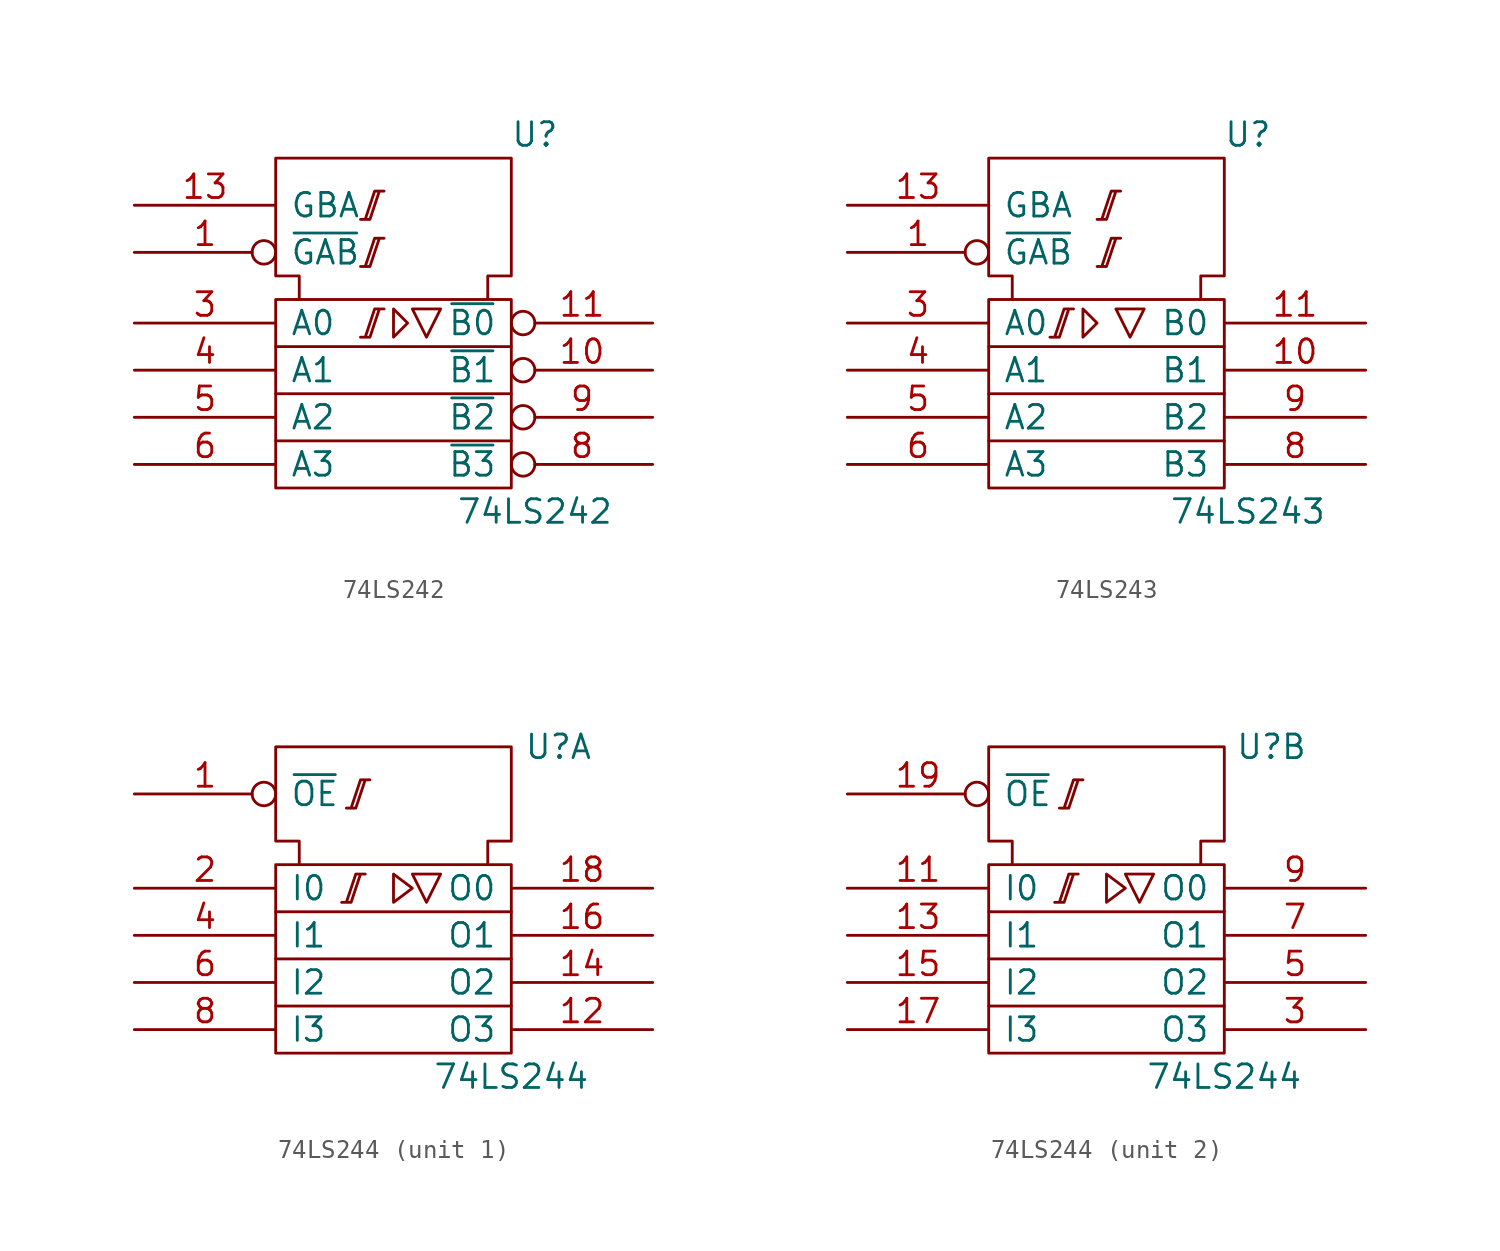
<source format=kicad_sym>
(kicad_symbol_lib
  (version 20200908)
  (generator kicad_symbol_editor)
  (symbol "74xx_IEEE:74LS242"
    (pin_names
      (offset 0.762))
    (property "Reference" "U"
      (at 7.62 12.7 0)
      (effects (font (size 1.27 1.27))))
    (property "Value" "74LS242"
      (at 7.62 -7.62 0)
      (effects (font (size 1.27 1.27))))
    (symbol "74LS242_0_1"
      (rectangle (start -6.35 3.81) (end 6.35 -6.35) (stroke (width 0)) (fill (type none)))
      (polyline (pts (xy -6.35 -3.81) (xy 6.35 -3.81) (xy 6.35 -3.81)) (stroke (width 0)) (fill (type none)))
      (polyline (pts (xy -6.35 -1.27) (xy 6.35 -1.27) (xy 6.35 -1.27)) (stroke (width 0)) (fill (type none)))
      (polyline (pts (xy -6.35 1.27) (xy 6.35 1.27) (xy 6.35 1.27)) (stroke (width 0)) (fill (type none)))
      (polyline (pts (xy 0 3.302) (xy 0 1.778) (xy 0.762 2.54) (xy 0 3.302) (xy 0 3.302)) (stroke (width 0)) (fill (type none)))
      (polyline (pts (xy 1.016 3.302) (xy 2.54 3.302) (xy 1.778 1.778) (xy 1.016 3.302) (xy 1.016 3.302)) (stroke (width 0)) (fill (type none)))
      (polyline (pts (xy -1.778 1.778) (xy -1.27 1.778) (xy -0.762 3.302) (xy -0.508 3.302) (xy -1.016 3.302) (xy -1.524 1.778) (xy -1.524 1.778)) (stroke (width 0)) (fill (type none)))
      (polyline (pts (xy -1.778 5.588) (xy -1.27 5.588) (xy -0.762 7.112) (xy -0.508 7.112) (xy -1.016 7.112) (xy -1.524 5.588) (xy -1.524 5.588)) (stroke (width 0)) (fill (type none)))
      (polyline (pts (xy -1.778 8.128) (xy -1.27 8.128) (xy -0.762 9.652) (xy -0.508 9.652) (xy -1.016 9.652) (xy -1.524 8.128) (xy -1.524 8.128)) (stroke (width 0)) (fill (type none)))
      (polyline (pts (xy -5.08 3.81) (xy -5.08 5.08) (xy -6.35 5.08) (xy -6.35 11.43) (xy 6.35 11.43) (xy 6.35 5.08) (xy 5.08 5.08) (xy 5.08 3.81) (xy 5.08 3.81)) (stroke (width 0)) (fill (type none))))
    (symbol "74LS242_0_0"
      (pin power_in line (at 5.08 11.43 270) (length 0) hide (name "VCC" (effects (font (size 1.27 1.27)))) (number "14" (effects (font (size 1.27 1.27)))))
      (pin power_in line (at 1.27 11.43 270) (length 0) hide (name "GND" (effects (font (size 1.27 1.27)))) (number "7" (effects (font (size 1.27 1.27))))))
    (symbol "74LS242_1_1"
      (pin input inverted (at -13.97 6.35 0) (length 7.62) (name "~GAB" (effects (font (size 1.27 1.27)))) (number "1" (effects (font (size 1.27 1.27)))))
      (pin tri_state inverted (at 13.97 0 180) (length 7.62) (name "~B1" (effects (font (size 1.27 1.27)))) (number "10" (effects (font (size 1.27 1.27)))))
      (pin tri_state inverted (at 13.97 2.54 180) (length 7.62) (name "~B0" (effects (font (size 1.27 1.27)))) (number "11" (effects (font (size 1.27 1.27)))))
      (pin input line (at -13.97 8.89 0) (length 7.62) (name "GBA" (effects (font (size 1.27 1.27)))) (number "13" (effects (font (size 1.27 1.27)))))
      (pin input line (at -13.97 2.54 0) (length 7.62) (name "A0" (effects (font (size 1.27 1.27)))) (number "3" (effects (font (size 1.27 1.27)))))
      (pin input line (at -13.97 0 0) (length 7.62) (name "A1" (effects (font (size 1.27 1.27)))) (number "4" (effects (font (size 1.27 1.27)))))
      (pin input line (at -13.97 -2.54 0) (length 7.62) (name "A2" (effects (font (size 1.27 1.27)))) (number "5" (effects (font (size 1.27 1.27)))))
      (pin input line (at -13.97 -5.08 0) (length 7.62) (name "A3" (effects (font (size 1.27 1.27)))) (number "6" (effects (font (size 1.27 1.27)))))
      (pin tri_state inverted (at 13.97 -5.08 180) (length 7.62) (name "~B3" (effects (font (size 1.27 1.27)))) (number "8" (effects (font (size 1.27 1.27)))))
      (pin tri_state inverted (at 13.97 -2.54 180) (length 7.62) (name "~B2" (effects (font (size 1.27 1.27)))) (number "9" (effects (font (size 1.27 1.27)))))))
  (symbol "74xx_IEEE:74LS243"
    (pin_names
      (offset 0.762))
    (property "Reference" "U"
      (at 7.62 12.7 0)
      (effects (font (size 1.27 1.27))))
    (property "Value" "74LS243"
      (at 7.62 -7.62 0)
      (effects (font (size 1.27 1.27))))
    (symbol "74LS243_0_1"
      (rectangle (start -6.35 3.81) (end 6.35 -6.35) (stroke (width 0)) (fill (type none)))
      (polyline (pts (xy -6.35 -3.81) (xy 6.35 -3.81) (xy 6.35 -3.81)) (stroke (width 0)) (fill (type none)))
      (polyline (pts (xy -6.35 -1.27) (xy 6.35 -1.27) (xy 6.35 -1.27)) (stroke (width 0)) (fill (type none)))
      (polyline (pts (xy -6.35 1.27) (xy 6.35 1.27) (xy 6.35 1.27)) (stroke (width 0)) (fill (type none)))
      (polyline (pts (xy -1.27 3.302) (xy -1.27 1.778) (xy -0.508 2.54) (xy -1.27 3.302) (xy -1.27 3.302)) (stroke (width 0)) (fill (type none)))
      (polyline (pts (xy 0.508 3.302) (xy 2.032 3.302) (xy 1.27 1.778) (xy 0.508 3.302) (xy 0.508 3.302)) (stroke (width 0)) (fill (type none)))
      (polyline (pts (xy -3.048 1.778) (xy -2.54 1.778) (xy -2.032 3.302) (xy -1.778 3.302) (xy -2.286 3.302) (xy -2.794 1.778) (xy -2.794 1.778)) (stroke (width 0)) (fill (type none)))
      (polyline (pts (xy -0.508 5.588) (xy 0 5.588) (xy 0.508 7.112) (xy 0.762 7.112) (xy 0.254 7.112) (xy -0.254 5.588) (xy -0.254 5.588)) (stroke (width 0)) (fill (type none)))
      (polyline (pts (xy -0.508 8.128) (xy 0 8.128) (xy 0.508 9.652) (xy 0.762 9.652) (xy 0.254 9.652) (xy -0.254 8.128) (xy -0.254 8.128)) (stroke (width 0)) (fill (type none)))
      (polyline (pts (xy -5.08 3.81) (xy -5.08 5.08) (xy -6.35 5.08) (xy -6.35 11.43) (xy 6.35 11.43) (xy 6.35 5.08) (xy 5.08 5.08) (xy 5.08 3.81) (xy 5.08 3.81)) (stroke (width 0)) (fill (type none))))
    (symbol "74LS243_0_0"
      (pin power_in line (at 5.08 11.43 270) (length 0) hide (name "VCC" (effects (font (size 1.27 1.27)))) (number "14" (effects (font (size 1.27 1.27)))))
      (pin power_in line (at 1.27 11.43 270) (length 0) hide (name "GND" (effects (font (size 1.27 1.27)))) (number "7" (effects (font (size 1.27 1.27))))))
    (symbol "74LS243_1_1"
      (pin input inverted (at -13.97 6.35 0) (length 7.62) (name "~GAB" (effects (font (size 1.27 1.27)))) (number "1" (effects (font (size 1.27 1.27)))))
      (pin tri_state line (at 13.97 0 180) (length 7.62) (name "B1" (effects (font (size 1.27 1.27)))) (number "10" (effects (font (size 1.27 1.27)))))
      (pin tri_state line (at 13.97 2.54 180) (length 7.62) (name "B0" (effects (font (size 1.27 1.27)))) (number "11" (effects (font (size 1.27 1.27)))))
      (pin input line (at -13.97 8.89 0) (length 7.62) (name "GBA" (effects (font (size 1.27 1.27)))) (number "13" (effects (font (size 1.27 1.27)))))
      (pin input line (at -13.97 2.54 0) (length 7.62) (name "A0" (effects (font (size 1.27 1.27)))) (number "3" (effects (font (size 1.27 1.27)))))
      (pin input line (at -13.97 0 0) (length 7.62) (name "A1" (effects (font (size 1.27 1.27)))) (number "4" (effects (font (size 1.27 1.27)))))
      (pin input line (at -13.97 -2.54 0) (length 7.62) (name "A2" (effects (font (size 1.27 1.27)))) (number "5" (effects (font (size 1.27 1.27)))))
      (pin input line (at -13.97 -5.08 0) (length 7.62) (name "A3" (effects (font (size 1.27 1.27)))) (number "6" (effects (font (size 1.27 1.27)))))
      (pin tri_state line (at 13.97 -5.08 180) (length 7.62) (name "B3" (effects (font (size 1.27 1.27)))) (number "8" (effects (font (size 1.27 1.27)))))
      (pin tri_state line (at 13.97 -2.54 180) (length 7.62) (name "B2" (effects (font (size 1.27 1.27)))) (number "9" (effects (font (size 1.27 1.27)))))))
  (symbol "74xx_IEEE:74LS244"
    (pin_names
      (offset 0.762))
    (property "Reference" "U"
      (at 8.89 10.16 0)
      (effects (font (size 1.27 1.27))))
    (property "Value" "74LS244"
      (at 6.35 -7.62 0)
      (effects (font (size 1.27 1.27))))
    (symbol "74LS244_0_1"
      (rectangle (start -6.35 3.81) (end 6.35 -6.35) (stroke (width 0)) (fill (type none)))
      (polyline (pts (xy -6.35 -1.27) (xy 6.35 -1.27) (xy 6.35 -1.27)) (stroke (width 0)) (fill (type none)))
      (polyline (pts (xy 6.35 -3.81) (xy -6.35 -3.81) (xy -6.35 -3.81)) (stroke (width 0)) (fill (type none)))
      (polyline (pts (xy 6.35 1.27) (xy -6.35 1.27) (xy -6.35 1.27)) (stroke (width 0)) (fill (type none)))
      (polyline (pts (xy 0 3.302) (xy 0 1.778) (xy 1.016 2.54) (xy 0 3.302) (xy 0 3.302)) (stroke (width 0)) (fill (type none)))
      (polyline (pts (xy -2.794 1.778) (xy -2.286 1.778) (xy -1.778 3.302) (xy -1.524 3.302) (xy -2.032 3.302) (xy -2.54 1.778) (xy -2.54 1.778)) (stroke (width 0)) (fill (type none)))
      (polyline (pts (xy -2.54 6.858) (xy -2.032 6.858) (xy -1.524 8.382) (xy -1.27 8.382) (xy -1.778 8.382) (xy -2.286 6.858) (xy -2.286 6.858)) (stroke (width 0)) (fill (type none)))
      (polyline (pts (xy -5.08 3.81) (xy -5.08 5.08) (xy -6.35 5.08) (xy -6.35 10.16) (xy 6.35 10.16) (xy 6.35 5.08) (xy 5.08 5.08) (xy 5.08 3.81) (xy 5.08 3.81)) (stroke (width 0)) (fill (type none))))
    (symbol "74LS244_0_0"
      (polyline (pts (xy 1.016 3.302) (xy 2.54 3.302) (xy 1.778 1.778) (xy 1.016 3.302) (xy 1.016 3.302)) (stroke (width 0)) (fill (type none)))
      (pin power_in line (at 1.27 10.16 270) (length 0) hide (name "GND" (effects (font (size 1.27 1.27)))) (number "10" (effects (font (size 1.27 1.27)))))
      (pin power_in line (at 5.08 10.16 270) (length 0) hide (name "VCC" (effects (font (size 1.27 1.27)))) (number "20" (effects (font (size 1.27 1.27))))))
    (symbol "74LS244_1_1"
      (pin input inverted (at -13.97 7.62 0) (length 7.62) (name "~OE" (effects (font (size 1.27 1.27)))) (number "1" (effects (font (size 1.27 1.27)))))
      (pin tri_state line (at 13.97 -5.08 180) (length 7.62) (name "O3" (effects (font (size 1.27 1.27)))) (number "12" (effects (font (size 1.27 1.27)))))
      (pin tri_state line (at 13.97 -2.54 180) (length 7.62) (name "O2" (effects (font (size 1.27 1.27)))) (number "14" (effects (font (size 1.27 1.27)))))
      (pin tri_state line (at 13.97 0 180) (length 7.62) (name "O1" (effects (font (size 1.27 1.27)))) (number "16" (effects (font (size 1.27 1.27)))))
      (pin tri_state line (at 13.97 2.54 180) (length 7.62) (name "O0" (effects (font (size 1.27 1.27)))) (number "18" (effects (font (size 1.27 1.27)))))
      (pin input line (at -13.97 2.54 0) (length 7.62) (name "I0" (effects (font (size 1.27 1.27)))) (number "2" (effects (font (size 1.27 1.27)))))
      (pin input line (at -13.97 0 0) (length 7.62) (name "I1" (effects (font (size 1.27 1.27)))) (number "4" (effects (font (size 1.27 1.27)))))
      (pin input line (at -13.97 -2.54 0) (length 7.62) (name "I2" (effects (font (size 1.27 1.27)))) (number "6" (effects (font (size 1.27 1.27)))))
      (pin input line (at -13.97 -5.08 0) (length 7.62) (name "I3" (effects (font (size 1.27 1.27)))) (number "8" (effects (font (size 1.27 1.27))))))
    (symbol "74LS244_2_1"
      (pin input line (at -13.97 2.54 0) (length 7.62) (name "I0" (effects (font (size 1.27 1.27)))) (number "11" (effects (font (size 1.27 1.27)))))
      (pin input line (at -13.97 0 0) (length 7.62) (name "I1" (effects (font (size 1.27 1.27)))) (number "13" (effects (font (size 1.27 1.27)))))
      (pin input line (at -13.97 -2.54 0) (length 7.62) (name "I2" (effects (font (size 1.27 1.27)))) (number "15" (effects (font (size 1.27 1.27)))))
      (pin input line (at -13.97 -5.08 0) (length 7.62) (name "I3" (effects (font (size 1.27 1.27)))) (number "17" (effects (font (size 1.27 1.27)))))
      (pin input inverted (at -13.97 7.62 0) (length 7.62) (name "~OE" (effects (font (size 1.27 1.27)))) (number "19" (effects (font (size 1.27 1.27)))))
      (pin tri_state line (at 13.97 -5.08 180) (length 7.62) (name "O3" (effects (font (size 1.27 1.27)))) (number "3" (effects (font (size 1.27 1.27)))))
      (pin tri_state line (at 13.97 -2.54 180) (length 7.62) (name "O2" (effects (font (size 1.27 1.27)))) (number "5" (effects (font (size 1.27 1.27)))))
      (pin tri_state line (at 13.97 0 180) (length 7.62) (name "O1" (effects (font (size 1.27 1.27)))) (number "7" (effects (font (size 1.27 1.27)))))
      (pin tri_state line (at 13.97 2.54 180) (length 7.62) (name "O0" (effects (font (size 1.27 1.27)))) (number "9" (effects (font (size 1.27 1.27))))))))
</source>
